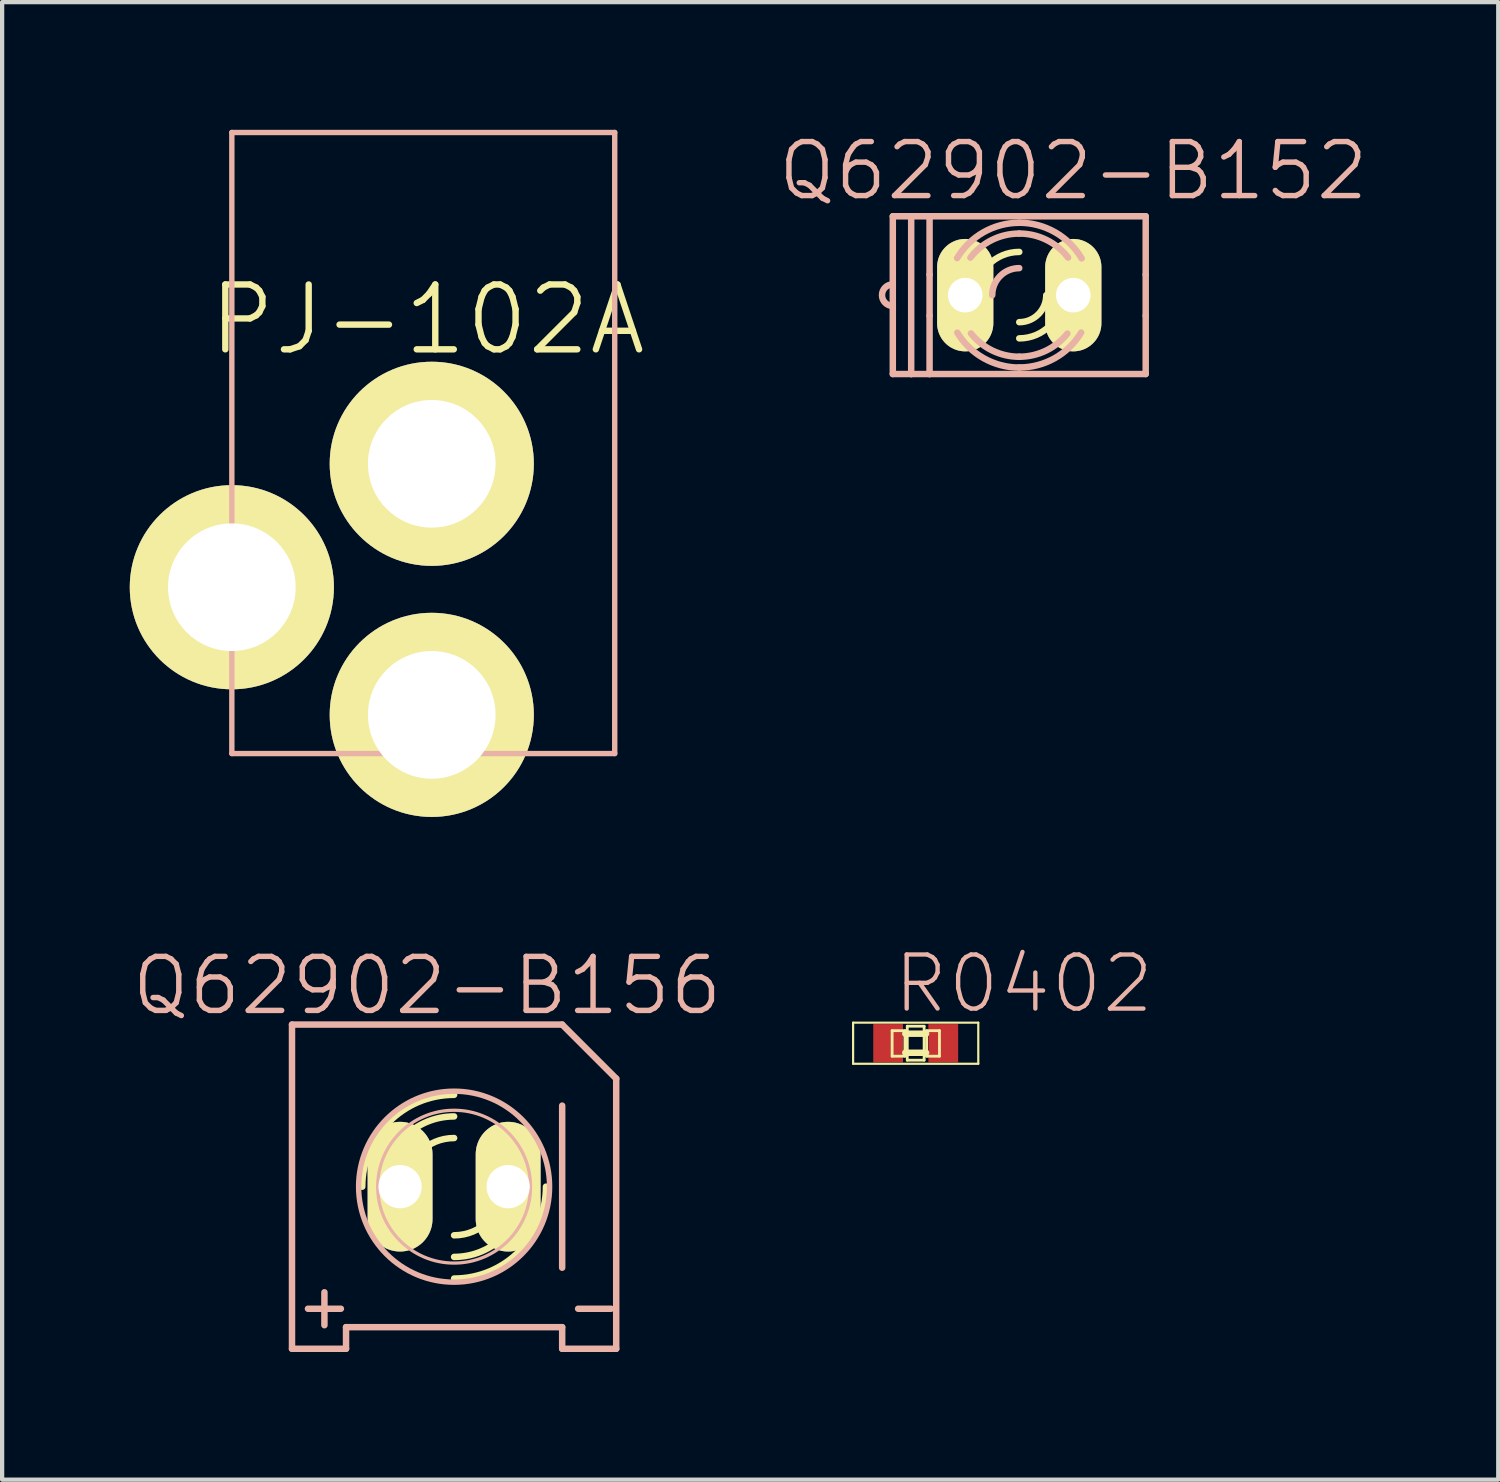
<source format=kicad_pcb>
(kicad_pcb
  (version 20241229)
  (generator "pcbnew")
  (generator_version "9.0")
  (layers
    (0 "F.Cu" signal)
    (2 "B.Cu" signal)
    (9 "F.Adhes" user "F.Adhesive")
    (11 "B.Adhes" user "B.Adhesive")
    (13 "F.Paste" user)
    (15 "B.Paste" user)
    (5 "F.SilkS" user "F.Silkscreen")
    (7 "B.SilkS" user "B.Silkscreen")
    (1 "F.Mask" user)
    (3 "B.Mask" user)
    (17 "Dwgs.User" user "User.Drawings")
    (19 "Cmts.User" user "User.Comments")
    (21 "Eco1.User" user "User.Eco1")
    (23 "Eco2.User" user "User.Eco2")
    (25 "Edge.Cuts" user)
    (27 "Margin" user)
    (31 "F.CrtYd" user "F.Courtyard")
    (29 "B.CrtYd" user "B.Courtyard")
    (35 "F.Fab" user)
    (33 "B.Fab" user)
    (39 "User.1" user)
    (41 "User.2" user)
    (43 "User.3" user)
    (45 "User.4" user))
  (footprint "PJ-102A"
    (layer "F.Cu")
    (at 6.999 4.463)
    (property "Reference" "PJ-102A" (at 0 0 0) (layer "F.SilkS") (effects (font (size 1.524 1.524) (thickness 0.15))))
    (attr exclude_from_pos_files exclude_from_bom)
    (fp_line (start -4.6 -4.399) (end 4.399 -4.399) (stroke (width 0.127) (type solid)) (layer "B.SilkS"))
    (fp_line (start -4.6 10.198) (end -4.6 -4.399) (stroke (width 0.127) (type solid)) (layer "B.SilkS"))
    (fp_line (start 4.399 -4.399) (end 4.399 10.198) (stroke (width 0.127) (type solid)) (layer "B.SilkS"))
    (fp_line (start 4.399 10.198) (end -4.6 10.198) (stroke (width 0.127) (type solid)) (layer "B.SilkS"))
    (pad "RING" thru_hole circle (at -4.6 6.289) (size 4.798 4.798) (drill 3) (layers "*.Cu" "F.Mask" "F.SilkS" "F.Paste"))
    (pad "RING" thru_hole circle (at 0.099 3.388) (size 4.798 4.798) (drill 3) (layers "*.Cu" "F.Mask" "F.SilkS" "F.Paste"))
    (pad "TIP" thru_hole circle (at 0.099 9.289) (size 4.798 4.798) (drill 3) (layers "*.Cu" "F.Mask" "F.SilkS" "F.Paste")))
  (footprint "Q62902-B152"
    (layer "F.Cu")
    (at 20.906 3.887)
    (property "Reference" "Q62902-B152" (at 1.27 -2.921 0) (layer "B.SilkS") (effects (font (size 1.27 1.27) (thickness 0.127))))
    (attr exclude_from_pos_files exclude_from_bom)
    (fp_arc (start -1.7018 0) (mid -1.636284 -0.467652) (end -1.44478 -0.899296) (stroke (width 0.1524) (type solid)) (layer "F.SilkS"))
    (fp_arc (start -1.4478 0) (mid -1.370559 -0.466576) (end -1.147077 -0.883368) (stroke (width 0.1524) (type solid)) (layer "F.SilkS"))
    (fp_arc (start -1.4478 0.889) (mid -1.634753 0.462631) (end -1.698954 0.001524) (stroke (width 0.1524) (type solid)) (layer "F.SilkS"))
    (fp_arc (start -1.1303 0.90424) (mid -1.365643 0.479842) (end -1.447489 0.001511) (stroke (width 0.1524) (type solid)) (layer "F.SilkS"))
    (fp_arc (start -1.016 0) (mid -0.71842 -0.71842) (end 0 -1.016) (stroke (width 0.1524) (type solid)) (layer "F.SilkS"))
    (fp_arc (start 0.635 0) (mid 0.449013 0.449013) (end 0 0.635) (stroke (width 0.1524) (type solid)) (layer "F.SilkS"))
    (fp_arc (start 1.016 0) (mid 0.71842 0.71842) (end 0 1.016) (stroke (width 0.1524) (type solid)) (layer "F.SilkS"))
    (fp_arc (start 1.13792 -0.89154) (mid 1.366181 -0.472497) (end 1.44558 -0.00197) (stroke (width 0.1524) (type solid)) (layer "F.SilkS"))
    (fp_arc (start 1.4478 0) (mid 1.365598 0.480903) (end 1.128326 0.907197) (stroke (width 0.1524) (type solid)) (layer "F.SilkS"))
    (fp_arc (start 1.45034 -0.88646) (mid 1.636107 -0.460925) (end 1.699793 -0.000998) (stroke (width 0.1524) (type solid)) (layer "F.SilkS"))
    (fp_arc (start 1.7018 0) (mid 1.636691 0.466224) (end 1.446347 0.896773) (stroke (width 0.1524) (type solid)) (layer "F.SilkS"))
    (fp_line (start -2.972 1.854) (end -2.972 -1.854) (stroke (width 0.152) (type solid)) (layer "B.SilkS"))
    (fp_line (start -2.54 -1.854) (end -2.972 -1.854) (stroke (width 0.152) (type solid)) (layer "B.SilkS"))
    (fp_line (start -2.54 1.854) (end -2.972 1.854) (stroke (width 0.152) (type solid)) (layer "B.SilkS"))
    (fp_line (start -2.54 1.854) (end -2.54 -1.854) (stroke (width 0.152) (type solid)) (layer "B.SilkS"))
    (fp_line (start -2.108 -1.854) (end -2.54 -1.854) (stroke (width 0.152) (type solid)) (layer "B.SilkS"))
    (fp_line (start -2.108 -1.854) (end -2.108 -0.483) (stroke (width 0.152) (type solid)) (layer "B.SilkS"))
    (fp_line (start -2.108 -1.854) (end 2.972 -1.854) (stroke (width 0.152) (type solid)) (layer "B.SilkS"))
    (fp_line (start -2.108 -0.483) (end -2.108 0.483) (stroke (width 0.152) (type solid)) (layer "B.SilkS"))
    (fp_line (start -2.108 0.483) (end -2.108 1.854) (stroke (width 0.152) (type solid)) (layer "B.SilkS"))
    (fp_line (start -2.108 1.854) (end -2.54 1.854) (stroke (width 0.152) (type solid)) (layer "B.SilkS"))
    (fp_line (start 2.972 -1.854) (end 2.972 -0.483) (stroke (width 0.152) (type solid)) (layer "B.SilkS"))
    (fp_line (start 2.972 -0.483) (end 2.972 0.483) (stroke (width 0.152) (type solid)) (layer "B.SilkS"))
    (fp_line (start 2.972 0.483) (end 2.972 1.854) (stroke (width 0.152) (type solid)) (layer "B.SilkS"))
    (fp_line (start 2.972 1.854) (end -2.108 1.854) (stroke (width 0.152) (type solid)) (layer "B.SilkS"))
    (fp_arc (start -2.9718 0.254) (mid -3.2258 0) (end -2.9718 -0.254) (stroke (width 0.1524) (type solid)) (layer "B.SilkS"))
    (fp_arc (start -1.4605 -0.87122) (mid -0.839566 -1.478923) (end 0.000504 -1.700613) (stroke (width 0.1524) (type solid)) (layer "B.SilkS"))
    (fp_arc (start -1.14808 -0.88138) (mid -0.64099 -1.29771) (end -0.002187 -1.447382) (stroke (width 0.1524) (type solid)) (layer "B.SilkS"))
    (fp_arc (start -0.635 0) (mid -0.449013 -0.449013) (end 0 -0.635) (stroke (width 0.1524) (type solid)) (layer "B.SilkS"))
    (fp_arc (start 0 -1.7018) (mid 0.844461 -1.477501) (end 1.466321 -0.863729) (stroke (width 0.1524) (type solid)) (layer "B.SilkS"))
    (fp_arc (start 0 -1.4478) (mid 0.639212 -1.299051) (end 1.147077 -0.883368) (stroke (width 0.1524) (type solid)) (layer "B.SilkS"))
    (fp_arc (start 0 1.4478) (mid -0.630127 1.303482) (end -1.134631 0.899298) (stroke (width 0.1524) (type solid)) (layer "B.SilkS"))
    (fp_arc (start 0 1.7018) (mid -0.83542 1.482632) (end -1.455659 0.881578) (stroke (width 0.1524) (type solid)) (layer "B.SilkS"))
    (fp_arc (start 1.1303 0.90424) (mid 0.627494 1.304408) (end 0.001015 1.44749) (stroke (width 0.1524) (type solid)) (layer "B.SilkS"))
    (fp_arc (start 1.45542 0.87884) (mid 0.836556 1.480129) (end 0.002219 1.700177) (stroke (width 0.1524) (type solid)) (layer "B.SilkS"))
    (pad "A" thru_hole oval (at 1.27 0 180) (size 1.321 2.642) (drill 0.813) (layers "*.Cu" "F.Mask" "F.SilkS" "F.Paste"))
    (pad "K" thru_hole oval (at -1.27 0 180) (size 1.321 2.642) (drill 0.813) (layers "*.Cu" "F.Mask" "F.SilkS" "F.Paste")))
  (footprint "Q62902-B156"
    (layer "F.Cu")
    (at 7.623 24.841)
    (property "Reference" "Q62902-B156" (at -0.635 -4.724 0) (layer "B.SilkS") (effects (font (size 1.27 1.27) (thickness 0.127))))
    (attr exclude_from_pos_files exclude_from_bom)
    (fp_arc (start -2.159 0) (mid -1.526644 -1.526644) (end 0 -2.159) (stroke (width 0.1524) (type solid)) (layer "F.SilkS"))
    (fp_arc (start -1.651 0) (mid -1.167433 -1.167433) (end 0 -1.651) (stroke (width 0.1524) (type solid)) (layer "F.SilkS"))
    (fp_arc (start -1.143 0) (mid -0.808223 -0.808223) (end 0 -1.143) (stroke (width 0.1524) (type solid)) (layer "F.SilkS"))
    (fp_arc (start 1.143 0) (mid 0.808223 0.808223) (end 0 1.143) (stroke (width 0.1524) (type solid)) (layer "F.SilkS"))
    (fp_arc (start 1.651 0) (mid 1.167433 1.167433) (end 0 1.651) (stroke (width 0.1524) (type solid)) (layer "F.SilkS"))
    (fp_arc (start 2.159 0) (mid 1.526644 1.526644) (end 0 2.159) (stroke (width 0.1524) (type solid)) (layer "F.SilkS"))
    (fp_line (start -3.81 3.81) (end -3.81 -3.81) (stroke (width 0.152) (type solid)) (layer "B.SilkS"))
    (fp_line (start -3.81 3.81) (end -2.54 3.81) (stroke (width 0.152) (type solid)) (layer "B.SilkS"))
    (fp_line (start -2.54 3.302) (end -2.54 3.81) (stroke (width 0.152) (type solid)) (layer "B.SilkS"))
    (fp_line (start 2.54 -3.81) (end -3.81 -3.81) (stroke (width 0.152) (type solid)) (layer "B.SilkS"))
    (fp_line (start 2.54 -3.81) (end 3.81 -2.54) (stroke (width 0.152) (type solid)) (layer "B.SilkS"))
    (fp_line (start 2.54 1.905) (end 2.54 -1.905) (stroke (width 0.152) (type solid)) (layer "B.SilkS"))
    (fp_line (start 2.54 3.302) (end -2.54 3.302) (stroke (width 0.152) (type solid)) (layer "B.SilkS"))
    (fp_line (start 2.54 3.302) (end 2.54 3.81) (stroke (width 0.152) (type solid)) (layer "B.SilkS"))
    (fp_line (start 3.81 -2.54) (end 3.81 3.81) (stroke (width 0.152) (type solid)) (layer "B.SilkS"))
    (fp_line (start 3.81 3.81) (end 2.54 3.81) (stroke (width 0.152) (type solid)) (layer "B.SilkS"))
    (fp_circle (center 0 0) (end -1.587 1.587) (stroke (width 0.127) (type solid)) (fill no) (layer "B.SilkS"))
    (fp_circle (center 0 0) (end -1.27 1.27) (stroke (width 0.076) (type solid)) (fill no) (layer "B.SilkS"))
    (fp_text user "-" (at 3.302 2.794 0) (layer "B.SilkS") (effects (font (size 1.016 1.016) (thickness 0.152))))
    (fp_text user "+" (at -3.048 2.794 0) (layer "B.SilkS") (effects (font (size 1.016 1.016) (thickness 0.152))))
    (pad "A" thru_hole oval (at -1.27 0 180) (size 1.524 3.048) (drill 1.016) (layers "*.Cu" "F.Mask" "F.SilkS" "F.Paste"))
    (pad "K" thru_hole oval (at 1.27 0 180) (size 1.524 3.048) (drill 1.016) (layers "*.Cu" "F.Mask" "F.SilkS" "F.Paste")))
  (footprint "R0402"
    (layer "F.Cu")
    (at 18.472 21.469)
    (property "Reference" "R0402" (at 2.54 -1.397 0) (layer "B.SilkS") (effects (font (size 1.27 1.27) (thickness 0.102))))
    (attr smd)
    (fp_line (start -1.471 -0.483) (end 1.471 -0.483) (stroke (width 0.051) (type solid)) (layer "F.SilkS"))
    (fp_line (start -1.471 0.483) (end -1.471 -0.483) (stroke (width 0.051) (type solid)) (layer "F.SilkS"))
    (fp_line (start -0.554 -0.295) (end -0.254 -0.295) (stroke (width 0.066) (type solid)) (layer "F.SilkS"))
    (fp_line (start -0.554 0.305) (end -0.554 -0.295) (stroke (width 0.066) (type solid)) (layer "F.SilkS"))
    (fp_line (start -0.554 0.305) (end -0.254 0.305) (stroke (width 0.066) (type solid)) (layer "F.SilkS"))
    (fp_line (start -0.254 0.305) (end -0.254 -0.295) (stroke (width 0.066) (type solid)) (layer "F.SilkS"))
    (fp_line (start -0.244 -0.224) (end 0.244 -0.224) (stroke (width 0.152) (type solid)) (layer "F.SilkS"))
    (fp_line (start -0.198 -0.399) (end 0.198 -0.399) (stroke (width 0.066) (type solid)) (layer "F.SilkS"))
    (fp_line (start -0.198 0.399) (end -0.198 -0.399) (stroke (width 0.066) (type solid)) (layer "F.SilkS"))
    (fp_line (start -0.198 0.399) (end 0.198 0.399) (stroke (width 0.066) (type solid)) (layer "F.SilkS"))
    (fp_line (start 0.198 0.399) (end 0.198 -0.399) (stroke (width 0.066) (type solid)) (layer "F.SilkS"))
    (fp_line (start 0.244 0.224) (end -0.244 0.224) (stroke (width 0.152) (type solid)) (layer "F.SilkS"))
    (fp_line (start 0.257 -0.295) (end 0.559 -0.295) (stroke (width 0.066) (type solid)) (layer "F.SilkS"))
    (fp_line (start 0.257 0.305) (end 0.257 -0.295) (stroke (width 0.066) (type solid)) (layer "F.SilkS"))
    (fp_line (start 0.257 0.305) (end 0.559 0.305) (stroke (width 0.066) (type solid)) (layer "F.SilkS"))
    (fp_line (start 0.559 0.305) (end 0.559 -0.295) (stroke (width 0.066) (type solid)) (layer "F.SilkS"))
    (fp_line (start 1.471 -0.483) (end 1.471 0.483) (stroke (width 0.051) (type solid)) (layer "F.SilkS"))
    (fp_line (start 1.471 0.483) (end -1.471 0.483) (stroke (width 0.051) (type solid)) (layer "F.SilkS"))
    (pad "1" smd rect (at -0.648 0) (size 0.699 0.899) (layers "F.Cu" "F.Mask" "F.Paste"))
    (pad "2" smd rect (at 0.648 0) (size 0.699 0.899) (layers "F.Cu" "F.Mask" "F.Paste")))
  (gr_rect
    (start -3 -3)
    (end 32.164 31.727)
    (stroke (width 0.1) (type default))
    (fill no)
    (layer "Edge.Cuts")))
</source>
